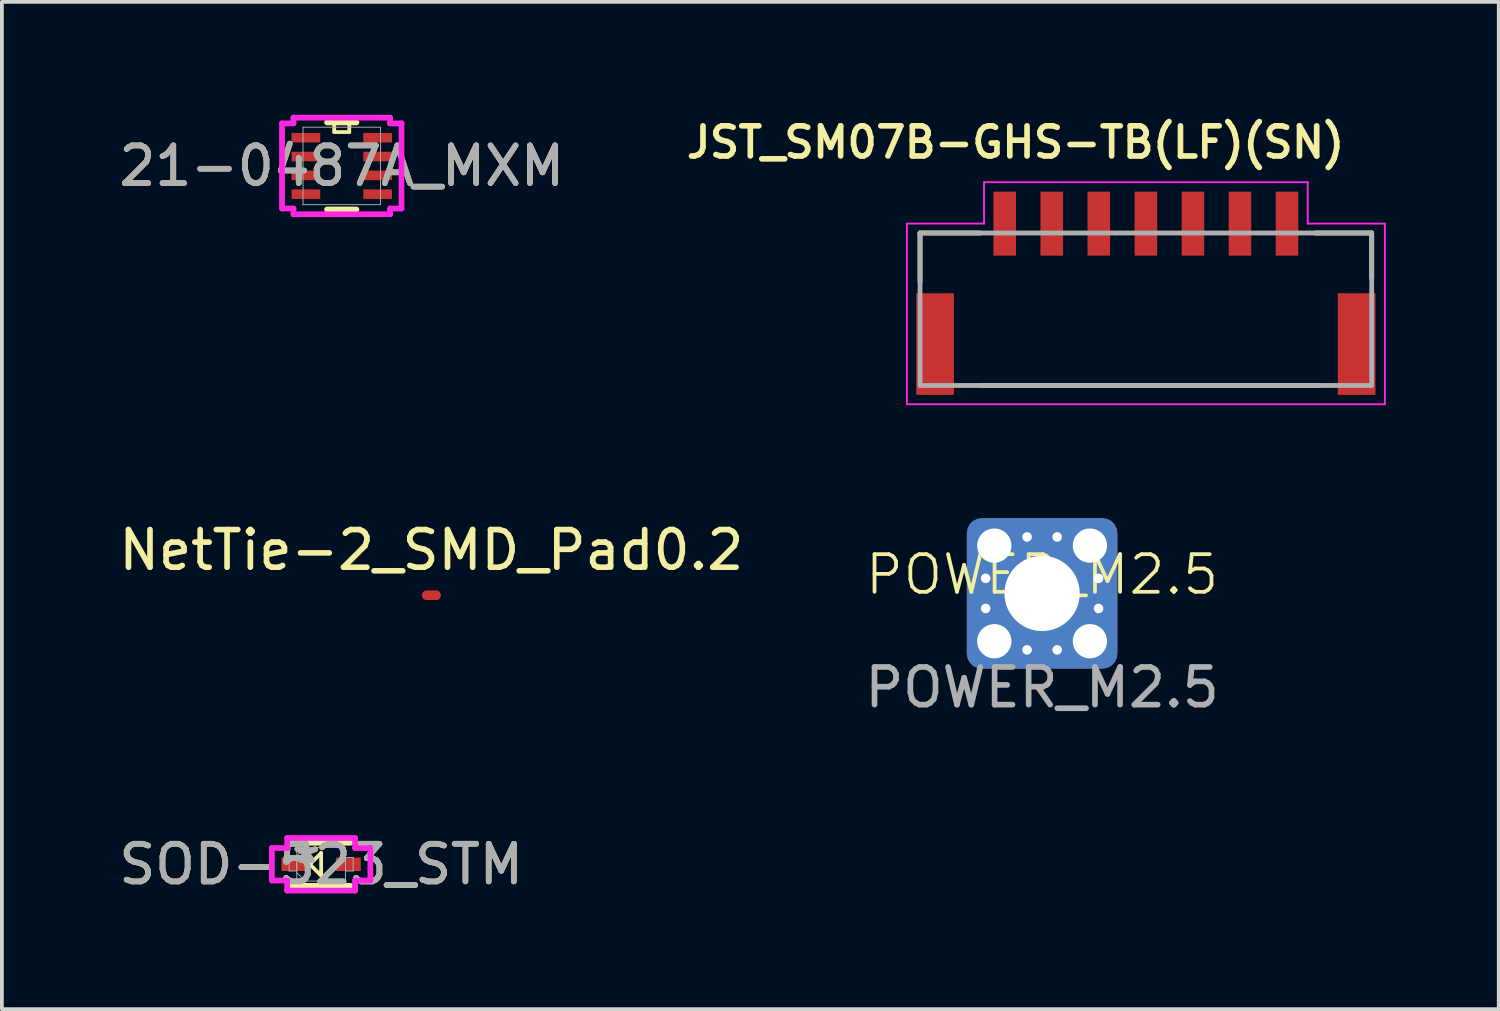
<source format=kicad_pcb>
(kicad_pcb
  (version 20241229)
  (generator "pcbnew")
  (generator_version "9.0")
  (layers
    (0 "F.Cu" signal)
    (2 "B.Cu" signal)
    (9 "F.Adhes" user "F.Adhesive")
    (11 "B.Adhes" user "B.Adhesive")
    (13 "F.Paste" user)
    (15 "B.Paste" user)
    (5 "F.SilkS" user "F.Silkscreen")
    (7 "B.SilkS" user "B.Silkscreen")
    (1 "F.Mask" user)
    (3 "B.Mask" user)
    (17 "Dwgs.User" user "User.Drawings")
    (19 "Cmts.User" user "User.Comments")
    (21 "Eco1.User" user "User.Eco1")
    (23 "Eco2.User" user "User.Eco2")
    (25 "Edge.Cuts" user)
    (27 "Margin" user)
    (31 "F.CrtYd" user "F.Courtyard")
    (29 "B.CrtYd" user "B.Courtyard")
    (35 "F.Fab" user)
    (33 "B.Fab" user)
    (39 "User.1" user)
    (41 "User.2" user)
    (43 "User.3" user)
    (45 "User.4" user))
  (footprint "POWER_M2.5"
    (layer "F.Cu")
    (at 24.637 12.716)
    (property "Reference" "POWER_M2.5" (at 0 -0.5 0) (unlocked yes) (layer "F.SilkS") (effects (font (size 1 1) (thickness 0.1))))
    (attr through_hole)
    (fp_text user "${REFERENCE}" (at 0 2.5 0) (unlocked yes) (layer "F.Fab") (effects (font (size 1 1) (thickness 0.15))))
    (pad "1" thru_hole circle (at -1.5 -0.4) (size 0.458 0.458) (drill 0.254) (layers "*.Cu" "*.Mask"))
    (pad "1" thru_hole circle (at -1.5 0.4) (size 0.458 0.458) (drill 0.254) (layers "*.Cu" "*.Mask"))
    (pad "1" thru_hole circle (at -1.27 -1.27) (size 1.255 1.255) (drill 0.91) (layers "*.Cu" "*.Mask"))
    (pad "1" thru_hole circle (at -1.27 1.27) (size 1.255 1.255) (drill 0.91) (layers "*.Cu" "*.Mask"))
    (pad "1" thru_hole circle (at -0.4 -1.5) (size 0.458 0.458) (drill 0.254) (layers "*.Cu" "*.Mask"))
    (pad "1" thru_hole circle (at -0.4 1.5) (size 0.458 0.458) (drill 0.254) (layers "*.Cu" "*.Mask"))
    (pad "1" thru_hole roundrect (at 0 0) (size 4 4) (drill 2) (layers "*.Cu" "*.Mask") (roundrect_rratio 0.1))
    (pad "1" thru_hole circle (at 0.4 -1.5) (size 0.458 0.458) (drill 0.254) (layers "*.Cu" "*.Mask"))
    (pad "1" thru_hole circle (at 0.4 1.5) (size 0.458 0.458) (drill 0.254) (layers "*.Cu" "*.Mask"))
    (pad "1" thru_hole circle (at 1.27 -1.27) (size 1.255 1.255) (drill 0.91) (layers "*.Cu" "*.Mask"))
    (pad "1" thru_hole circle (at 1.27 1.27) (size 1.255 1.255) (drill 0.91) (layers "*.Cu" "*.Mask"))
    (pad "1" thru_hole circle (at 1.5 -0.4) (size 0.458 0.458) (drill 0.254) (layers "*.Cu" "*.Mask"))
    (pad "1" thru_hole circle (at 1.5 0.4) (size 0.458 0.458) (drill 0.254) (layers "*.Cu" "*.Mask")))
  (footprint "21-0487A_MXM"
    (layer "F.Cu")
    (at 6.03 1.359)
    (property "Reference" "21-0487A_MXM" (at 0 0 0) (unlocked yes) (layer "F.SilkS") (effects (font (size 1 1) (thickness 0.15))))
    (attr smd)
    (fp_line (start -0.39 1.156) (end 0.39 1.156) (stroke (width 0.152) (type solid)) (layer "F.SilkS"))
    (fp_line (start -0.2 -1.15) (end -0.2 -0.9) (stroke (width 0.1) (type default)) (layer "F.SilkS"))
    (fp_line (start -0.2 -0.9) (end 0.2 -0.9) (stroke (width 0.1) (type default)) (layer "F.SilkS"))
    (fp_line (start 0.2 -0.9) (end 0.2 -1.15) (stroke (width 0.1) (type default)) (layer "F.SilkS"))
    (fp_line (start 0.39 -1.156) (end -0.39 -1.156) (stroke (width 0.152) (type solid)) (layer "F.SilkS"))
    (fp_line (start -1.587 -1.131) (end -1.283 -1.131) (stroke (width 0.152) (type solid)) (layer "F.CrtYd"))
    (fp_line (start -1.587 1.131) (end -1.587 -1.131) (stroke (width 0.152) (type solid)) (layer "F.CrtYd"))
    (fp_line (start -1.587 1.131) (end -1.283 1.131) (stroke (width 0.152) (type solid)) (layer "F.CrtYd"))
    (fp_line (start -1.283 -1.283) (end 1.283 -1.283) (stroke (width 0.152) (type solid)) (layer "F.CrtYd"))
    (fp_line (start -1.283 -1.131) (end -1.283 -1.283) (stroke (width 0.152) (type solid)) (layer "F.CrtYd"))
    (fp_line (start -1.283 1.283) (end -1.283 1.131) (stroke (width 0.152) (type solid)) (layer "F.CrtYd"))
    (fp_line (start 1.283 -1.283) (end 1.283 -1.131) (stroke (width 0.152) (type solid)) (layer "F.CrtYd"))
    (fp_line (start 1.283 1.131) (end 1.283 1.283) (stroke (width 0.152) (type solid)) (layer "F.CrtYd"))
    (fp_line (start 1.283 1.283) (end -1.283 1.283) (stroke (width 0.152) (type solid)) (layer "F.CrtYd"))
    (fp_line (start 1.587 -1.131) (end 1.283 -1.131) (stroke (width 0.152) (type solid)) (layer "F.CrtYd"))
    (fp_line (start 1.587 -1.131) (end 1.587 1.131) (stroke (width 0.152) (type solid)) (layer "F.CrtYd"))
    (fp_line (start 1.587 1.131) (end 1.283 1.131) (stroke (width 0.152) (type solid)) (layer "F.CrtYd"))
    (fp_line (start -1.029 -1.029) (end -1.029 1.029) (stroke (width 0.025) (type solid)) (layer "F.Fab"))
    (fp_line (start -1.029 1.029) (end 1.029 1.029) (stroke (width 0.025) (type solid)) (layer "F.Fab"))
    (fp_line (start 1.029 -1.029) (end -1.029 -1.029) (stroke (width 0.025) (type solid)) (layer "F.Fab"))
    (fp_line (start 1.029 1.029) (end 1.029 -1.029) (stroke (width 0.025) (type solid)) (layer "F.Fab"))
    (fp_text user "${REFERENCE}" (at 0 0 0) (unlocked yes) (layer "F.Fab") (effects (font (size 1 1) (thickness 0.15))))
    (pad "1" smd rect (at -0.953 -0.75) (size 0.762 0.254) (layers "F.Cu" "F.Mask" "F.Paste"))
    (pad "2" smd rect (at -0.953 -0.25) (size 0.762 0.254) (layers "F.Cu" "F.Mask" "F.Paste"))
    (pad "3" smd rect (at -0.953 0.25) (size 0.762 0.254) (layers "F.Cu" "F.Mask" "F.Paste"))
    (pad "4" smd rect (at -0.953 0.75) (size 0.762 0.254) (layers "F.Cu" "F.Mask" "F.Paste"))
    (pad "5" smd rect (at 0.953 0.75) (size 0.762 0.254) (layers "F.Cu" "F.Mask" "F.Paste"))
    (pad "6" smd rect (at 0.953 0.25) (size 0.762 0.254) (layers "F.Cu" "F.Mask" "F.Paste"))
    (pad "7" smd rect (at 0.953 -0.25) (size 0.762 0.254) (layers "F.Cu" "F.Mask" "F.Paste"))
    (pad "8" smd rect (at 0.953 -0.75) (size 0.762 0.254) (layers "F.Cu" "F.Mask" "F.Paste")))
  (footprint "SOD-523_STM"
    (layer "F.Cu")
    (at 5.482 19.913)
    (property "Reference" "SOD-523_STM" (at 0 0 0) (unlocked yes) (layer "F.SilkS") (effects (font (size 1 1) (thickness 0.15))))
    (attr smd)
    (fp_line (start -0.775 0.572) (end 0.775 0.572) (stroke (width 0.152) (type solid)) (layer "F.SilkS"))
    (fp_line (start -0.3 0) (end 0 0.3) (stroke (width 0.1) (type default)) (layer "F.SilkS"))
    (fp_line (start 0 -0.3) (end -0.3 0) (stroke (width 0.1) (type default)) (layer "F.SilkS"))
    (fp_line (start 0 0.3) (end 0 -0.3) (stroke (width 0.1) (type default)) (layer "F.SilkS"))
    (fp_line (start 0.775 -0.572) (end -0.775 -0.572) (stroke (width 0.152) (type solid)) (layer "F.SilkS"))
    (fp_line (start -1.308 -0.432) (end -0.902 -0.432) (stroke (width 0.152) (type solid)) (layer "F.CrtYd"))
    (fp_line (start -1.308 0.432) (end -1.308 -0.432) (stroke (width 0.152) (type solid)) (layer "F.CrtYd"))
    (fp_line (start -0.902 -0.699) (end 0.902 -0.699) (stroke (width 0.152) (type solid)) (layer "F.CrtYd"))
    (fp_line (start -0.902 -0.432) (end -0.902 -0.699) (stroke (width 0.152) (type solid)) (layer "F.CrtYd"))
    (fp_line (start -0.902 0.432) (end -1.308 0.432) (stroke (width 0.152) (type solid)) (layer "F.CrtYd"))
    (fp_line (start -0.902 0.699) (end -0.902 0.432) (stroke (width 0.152) (type solid)) (layer "F.CrtYd"))
    (fp_line (start 0.902 -0.699) (end 0.902 -0.432) (stroke (width 0.152) (type solid)) (layer "F.CrtYd"))
    (fp_line (start 0.902 -0.432) (end 1.308 -0.432) (stroke (width 0.152) (type solid)) (layer "F.CrtYd"))
    (fp_line (start 0.902 0.432) (end 0.902 0.699) (stroke (width 0.152) (type solid)) (layer "F.CrtYd"))
    (fp_line (start 0.902 0.699) (end -0.902 0.699) (stroke (width 0.152) (type solid)) (layer "F.CrtYd"))
    (fp_line (start 1.308 -0.432) (end 1.308 0.432) (stroke (width 0.152) (type solid)) (layer "F.CrtYd"))
    (fp_line (start 1.308 0.432) (end 0.902 0.432) (stroke (width 0.152) (type solid)) (layer "F.CrtYd"))
    (fp_line (start -0.851 -0.178) (end -0.851 0.178) (stroke (width 0.025) (type solid)) (layer "F.Fab"))
    (fp_line (start -0.851 0.178) (end -0.648 0.178) (stroke (width 0.025) (type solid)) (layer "F.Fab"))
    (fp_line (start -0.648 -0.445) (end -0.648 0.445) (stroke (width 0.025) (type solid)) (layer "F.Fab"))
    (fp_line (start -0.648 -0.222) (end -0.425 -0.445) (stroke (width 0.025) (type solid)) (layer "F.Fab"))
    (fp_line (start -0.648 -0.178) (end -0.851 -0.178) (stroke (width 0.025) (type solid)) (layer "F.Fab"))
    (fp_line (start -0.648 0.178) (end -0.648 -0.178) (stroke (width 0.025) (type solid)) (layer "F.Fab"))
    (fp_line (start -0.648 0.222) (end -0.425 0.445) (stroke (width 0.025) (type solid)) (layer "F.Fab"))
    (fp_line (start -0.648 0.445) (end 0.648 0.445) (stroke (width 0.025) (type solid)) (layer "F.Fab"))
    (fp_line (start 0.648 -0.445) (end -0.648 -0.445) (stroke (width 0.025) (type solid)) (layer "F.Fab"))
    (fp_line (start 0.648 -0.178) (end 0.648 0.178) (stroke (width 0.025) (type solid)) (layer "F.Fab"))
    (fp_line (start 0.648 0.178) (end 0.851 0.178) (stroke (width 0.025) (type solid)) (layer "F.Fab"))
    (fp_line (start 0.648 0.445) (end 0.648 -0.445) (stroke (width 0.025) (type solid)) (layer "F.Fab"))
    (fp_line (start 0.851 -0.178) (end 0.648 -0.178) (stroke (width 0.025) (type solid)) (layer "F.Fab"))
    (fp_line (start 0.851 0.178) (end 0.851 -0.178) (stroke (width 0.025) (type solid)) (layer "F.Fab"))
    (fp_text user "${REFERENCE}" (at 0 0 0) (unlocked yes) (layer "F.Fab") (effects (font (size 1 1) (thickness 0.15))))
    (fp_text user "*" (at -0.394 0 0) (unlocked yes) (layer "F.Fab") (effects (font (size 1 1) (thickness 0.15))))
    (fp_text user "*" (at -0.394 0 0) (layer "F.Fab") (effects (font (size 1 1) (thickness 0.15))))
    (pad "1" smd rect (at -0.724 0) (size 0.66 0.356) (layers "F.Cu" "F.Mask" "F.Paste"))
    (pad "2" smd rect (at 0.724 0) (size 0.66 0.356) (layers "F.Cu" "F.Mask" "F.Paste")))
  (footprint "NetTie-2_SMD_Pad0.2"
    (layer "F.Cu")
    (at 8.411 12.765)
    (property "Reference" "NetTie-2_SMD_Pad0.2" (at 0 -1.2 0) (layer "F.SilkS") (effects (font (size 1 1) (thickness 0.15))))
    (attr exclude_from_pos_files exclude_from_bom)
    (fp_poly (pts (xy -0.12 -0.127) (xy 0.13 -0.127) (xy 0.13 0.127) (xy -0.12 0.127)) (stroke (width 0) (type solid)) (fill yes) (layer "F.Cu"))
    (pad "1" smd circle (at -0.127 0) (size 0.254 0.254) (layers "F.Cu"))
    (pad "2" smd circle (at 0.127 0) (size 0.254 0.254) (layers "F.Cu")))
  (footprint "JST_SM07B-GHS-TB(LF)(SN)"
    (layer "F.Cu")
    (at 27.394 4.741)
    (property "Reference" "JST_SM07B-GHS-TB(LF)(SN)" (at -3.462 -4.01 0) (layer "F.SilkS") (effects (font (size 0.8 0.8) (thickness 0.15))))
    (attr smd)
    (fp_line (start -6 -1.6) (end -4.4 -1.6) (stroke (width 0.127) (type solid)) (layer "F.SilkS"))
    (fp_line (start -6 -0.3) (end -6 -1.6) (stroke (width 0.127) (type solid)) (layer "F.SilkS"))
    (fp_line (start -4.4 2.45) (end 4.6 2.45) (stroke (width 0.127) (type solid)) (layer "F.SilkS"))
    (fp_line (start 4.5 -1.6) (end 6 -1.6) (stroke (width 0.127) (type solid)) (layer "F.SilkS"))
    (fp_line (start 6 -1.6) (end 6 -0.4) (stroke (width 0.127) (type solid)) (layer "F.SilkS"))
    (fp_line (start -6.35 -1.85) (end -4.3 -1.85) (stroke (width 0.05) (type solid)) (layer "F.CrtYd"))
    (fp_line (start -6.35 2.95) (end -6.35 -1.85) (stroke (width 0.05) (type solid)) (layer "F.CrtYd"))
    (fp_line (start -4.3 -2.95) (end 4.3 -2.95) (stroke (width 0.05) (type solid)) (layer "F.CrtYd"))
    (fp_line (start -4.3 -1.85) (end -4.3 -2.95) (stroke (width 0.05) (type solid)) (layer "F.CrtYd"))
    (fp_line (start 4.3 -2.95) (end 4.3 -1.85) (stroke (width 0.05) (type solid)) (layer "F.CrtYd"))
    (fp_line (start 4.3 -1.85) (end 6.35 -1.85) (stroke (width 0.05) (type solid)) (layer "F.CrtYd"))
    (fp_line (start 6.35 -1.85) (end 6.35 2.95) (stroke (width 0.05) (type solid)) (layer "F.CrtYd"))
    (fp_line (start 6.35 2.95) (end -6.35 2.95) (stroke (width 0.05) (type solid)) (layer "F.CrtYd"))
    (fp_line (start -6 -1.6) (end 6 -1.6) (stroke (width 0.127) (type solid)) (layer "F.Fab"))
    (fp_line (start -6 2.45) (end -6 -1.6) (stroke (width 0.127) (type solid)) (layer "F.Fab"))
    (fp_line (start 6 -1.6) (end 6 2.45) (stroke (width 0.127) (type solid)) (layer "F.Fab"))
    (fp_line (start 6 2.45) (end -6 2.45) (stroke (width 0.127) (type solid)) (layer "F.Fab"))
    (pad "1" smd rect (at -3.75 -1.85) (size 0.6 1.7) (layers "F.Cu" "F.Mask" "F.Paste"))
    (pad "2" smd rect (at -2.5 -1.85) (size 0.6 1.7) (layers "F.Cu" "F.Mask" "F.Paste"))
    (pad "3" smd rect (at -1.25 -1.85) (size 0.6 1.7) (layers "F.Cu" "F.Mask" "F.Paste"))
    (pad "4" smd rect (at 0 -1.85) (size 0.6 1.7) (layers "F.Cu" "F.Mask" "F.Paste"))
    (pad "5" smd rect (at 1.25 -1.85) (size 0.6 1.7) (layers "F.Cu" "F.Mask" "F.Paste"))
    (pad "6" smd rect (at 2.5 -1.85) (size 0.6 1.7) (layers "F.Cu" "F.Mask" "F.Paste"))
    (pad "7" smd rect (at 3.75 -1.85) (size 0.6 1.7) (layers "F.Cu" "F.Mask" "F.Paste"))
    (pad "S1" smd rect (at 5.6 1.35) (size 1 2.7) (layers "F.Cu" "F.Mask" "F.Paste"))
    (pad "S2" smd rect (at -5.6 1.35) (size 1 2.7) (layers "F.Cu" "F.Mask" "F.Paste")))
  (gr_rect
    (start -3 -3)
    (end 36.769 23.761)
    (stroke (width 0.1) (type default))
    (fill no)
    (layer "Edge.Cuts")))
</source>
